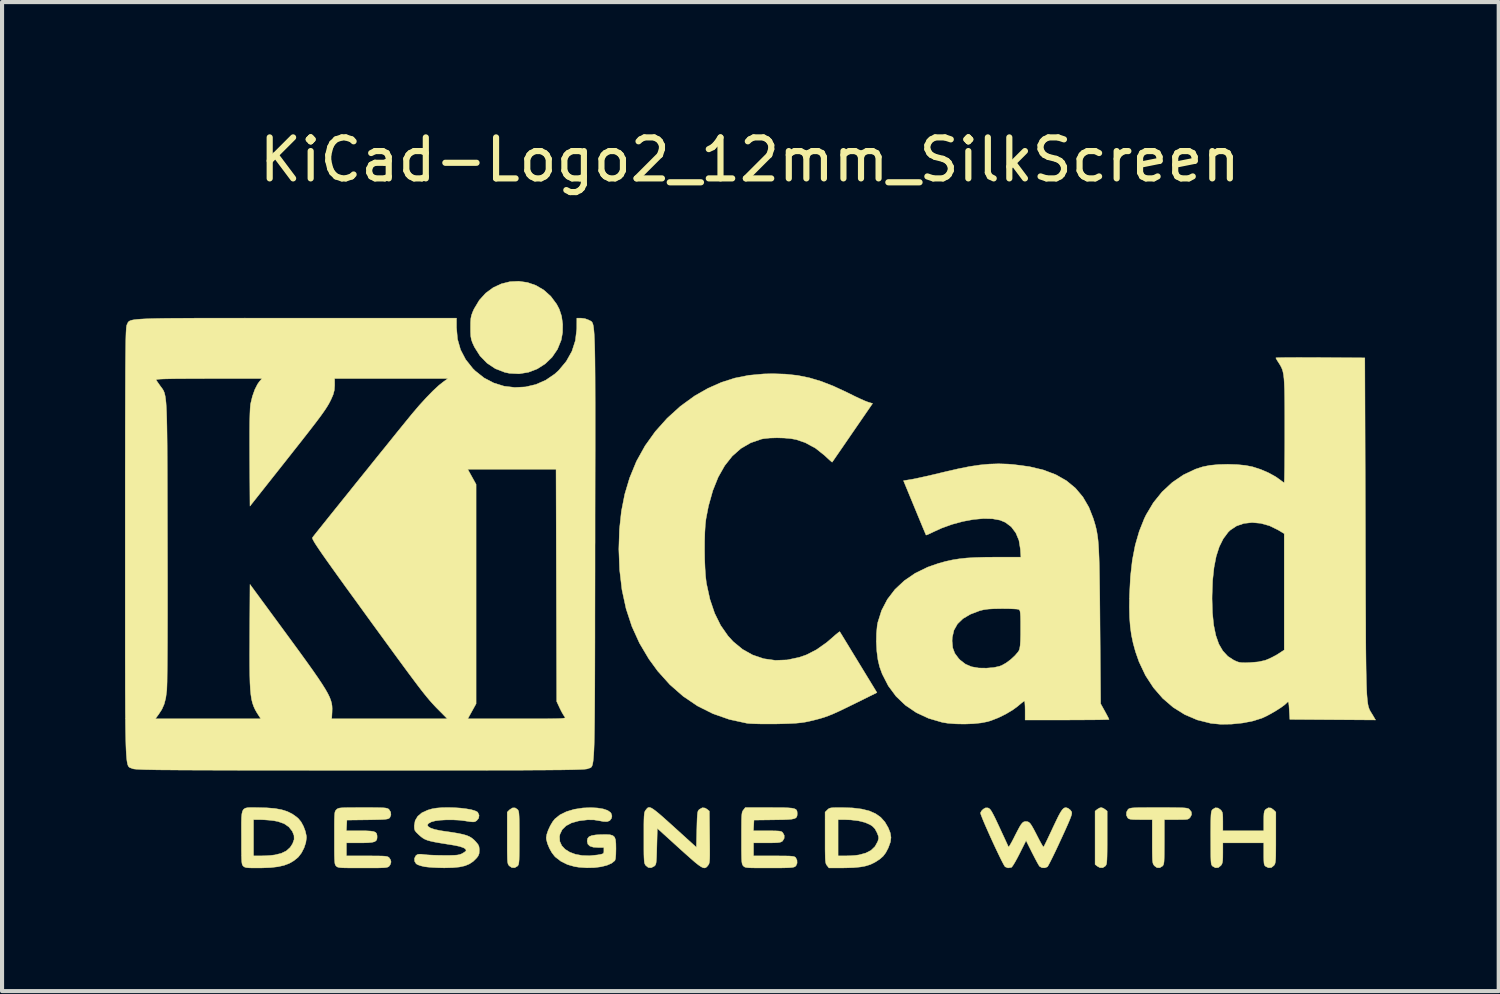
<source format=kicad_pcb>
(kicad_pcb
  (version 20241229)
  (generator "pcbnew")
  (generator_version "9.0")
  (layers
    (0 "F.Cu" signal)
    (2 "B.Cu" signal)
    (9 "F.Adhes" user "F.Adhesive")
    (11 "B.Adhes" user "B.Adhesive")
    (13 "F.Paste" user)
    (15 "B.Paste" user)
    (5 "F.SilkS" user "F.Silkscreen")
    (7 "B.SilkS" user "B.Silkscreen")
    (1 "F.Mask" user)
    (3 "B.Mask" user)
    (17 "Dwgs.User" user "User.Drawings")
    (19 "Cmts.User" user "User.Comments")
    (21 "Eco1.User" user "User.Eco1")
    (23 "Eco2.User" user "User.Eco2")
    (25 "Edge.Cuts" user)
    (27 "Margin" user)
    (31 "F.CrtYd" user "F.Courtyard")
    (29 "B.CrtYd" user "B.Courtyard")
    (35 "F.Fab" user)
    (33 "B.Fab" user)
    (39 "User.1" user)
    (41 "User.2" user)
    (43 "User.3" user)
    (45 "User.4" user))
  (footprint "KiCad-Logo2_12mm_SilkScreen"
    (layer "F.Cu")
    (at 15.245 9.738)
    (property "Reference" "KiCad-Logo2_12mm_SilkScreen" (at 0 -8.89 0) (layer "F.SilkS") (effects (font (size 1 1) (thickness 0.15))))
    (attr exclude_from_pos_files exclude_from_bom allow_missing_courtyard)
    (fp_poly (pts (xy 8.62 6.931) (xy 8.667 6.96) (xy 8.721 7.004) (xy 8.721 7.65) (xy 8.721 7.839) (xy 8.72 7.988) (xy 8.718 8.102) (xy 8.715 8.186) (xy 8.711 8.246) (xy 8.705 8.288) (xy 8.696 8.315) (xy 8.685 8.334) (xy 8.678 8.343) (xy 8.614 8.385) (xy 8.543 8.383) (xy 8.48 8.348) (xy 8.426 8.305) (xy 8.426 7.004) (xy 8.48 6.96) (xy 8.531 6.929) (xy 8.573 6.917) (xy 8.62 6.931)) (stroke (width 0.01) (type solid)) (fill yes) (layer "F.SilkS"))
    (fp_poly (pts (xy -5.669 6.962) (xy -5.656 6.978) (xy -5.645 6.997) (xy -5.637 7.027) (xy -5.632 7.071) (xy -5.628 7.135) (xy -5.625 7.225) (xy -5.624 7.346) (xy -5.623 7.502) (xy -5.623 7.654) (xy -5.624 7.843) (xy -5.624 7.991) (xy -5.626 8.105) (xy -5.628 8.189) (xy -5.633 8.248) (xy -5.639 8.289) (xy -5.647 8.316) (xy -5.658 8.334) (xy -5.669 8.346) (xy -5.735 8.385) (xy -5.806 8.382) (xy -5.869 8.339) (xy -5.883 8.322) (xy -5.895 8.302) (xy -5.903 8.275) (xy -5.91 8.234) (xy -5.914 8.174) (xy -5.916 8.089) (xy -5.918 7.975) (xy -5.918 7.826) (xy -5.918 7.657) (xy -5.918 7.028) (xy -5.863 6.973) (xy -5.794 6.926) (xy -5.727 6.924) (xy -5.669 6.962)) (stroke (width 0.01) (type solid)) (fill yes) (layer "F.SilkS"))
    (fp_poly (pts (xy -5.423 -5.895) (xy -5.218 -5.824) (xy -5.027 -5.712) (xy -4.856 -5.559) (xy -4.712 -5.366) (xy -4.648 -5.244) (xy -4.592 -5.073) (xy -4.565 -4.876) (xy -4.568 -4.674) (xy -4.601 -4.49) (xy -4.692 -4.266) (xy -4.824 -4.072) (xy -4.991 -3.911) (xy -5.185 -3.787) (xy -5.399 -3.705) (xy -5.628 -3.667) (xy -5.865 -3.679) (xy -5.981 -3.704) (xy -6.208 -3.792) (xy -6.41 -3.927) (xy -6.582 -4.104) (xy -6.718 -4.319) (xy -6.729 -4.343) (xy -6.769 -4.431) (xy -6.794 -4.505) (xy -6.808 -4.583) (xy -6.813 -4.684) (xy -6.814 -4.793) (xy -6.813 -4.925) (xy -6.806 -5.019) (xy -6.79 -5.096) (xy -6.762 -5.173) (xy -6.728 -5.249) (xy -6.599 -5.464) (xy -6.441 -5.638) (xy -6.259 -5.771) (xy -6.06 -5.863) (xy -5.85 -5.915) (xy -5.636 -5.925) (xy -5.423 -5.895)) (stroke (width 0.01) (type solid)) (fill yes) (layer "F.SilkS"))
    (fp_poly (pts (xy 10.175 6.917) (xy 10.334 6.918) (xy 10.456 6.92) (xy 10.549 6.922) (xy 10.616 6.926) (xy 10.662 6.932) (xy 10.693 6.94) (xy 10.713 6.949) (xy 10.723 6.957) (xy 10.775 7.022) (xy 10.781 7.09) (xy 10.749 7.152) (xy 10.728 7.176) (xy 10.706 7.193) (xy 10.674 7.204) (xy 10.623 7.209) (xy 10.545 7.211) (xy 10.431 7.212) (xy 10.409 7.212) (xy 10.116 7.212) (xy 10.116 7.756) (xy 10.115 7.928) (xy 10.114 8.06) (xy 10.112 8.158) (xy 10.109 8.228) (xy 10.103 8.277) (xy 10.095 8.308) (xy 10.084 8.33) (xy 10.07 8.346) (xy 10.004 8.386) (xy 9.935 8.383) (xy 9.872 8.337) (xy 9.868 8.331) (xy 9.853 8.31) (xy 9.841 8.285) (xy 9.833 8.251) (xy 9.827 8.2) (xy 9.824 8.128) (xy 9.822 8.028) (xy 9.821 7.894) (xy 9.821 7.742) (xy 9.821 7.212) (xy 9.541 7.212) (xy 9.421 7.211) (xy 9.337 7.208) (xy 9.283 7.201) (xy 9.249 7.19) (xy 9.226 7.173) (xy 9.223 7.17) (xy 9.19 7.104) (xy 9.193 7.028) (xy 9.231 6.962) (xy 9.246 6.95) (xy 9.265 6.94) (xy 9.293 6.932) (xy 9.335 6.926) (xy 9.397 6.922) (xy 9.483 6.919) (xy 9.598 6.918) (xy 9.748 6.917) (xy 9.937 6.917) (xy 9.977 6.917) (xy 10.175 6.917)) (stroke (width 0.01) (type solid)) (fill yes) (layer "F.SilkS"))
    (fp_poly (pts (xy 12.718 6.928) (xy 12.781 6.973) (xy 12.837 7.028) (xy 12.837 7.65) (xy 12.837 7.835) (xy 12.836 7.979) (xy 12.835 8.09) (xy 12.832 8.171) (xy 12.827 8.229) (xy 12.82 8.27) (xy 12.811 8.298) (xy 12.799 8.319) (xy 12.79 8.331) (xy 12.728 8.381) (xy 12.657 8.386) (xy 12.593 8.356) (xy 12.571 8.338) (xy 12.557 8.314) (xy 12.548 8.276) (xy 12.544 8.215) (xy 12.542 8.122) (xy 12.542 8.05) (xy 12.542 7.779) (xy 11.544 7.779) (xy 11.544 8.025) (xy 11.543 8.138) (xy 11.539 8.215) (xy 11.53 8.268) (xy 11.515 8.305) (xy 11.497 8.331) (xy 11.435 8.381) (xy 11.365 8.387) (xy 11.298 8.352) (xy 11.279 8.333) (xy 11.266 8.309) (xy 11.258 8.271) (xy 11.253 8.212) (xy 11.25 8.124) (xy 11.249 8) (xy 11.249 7.972) (xy 11.248 7.738) (xy 11.247 7.545) (xy 11.248 7.389) (xy 11.249 7.266) (xy 11.251 7.171) (xy 11.254 7.101) (xy 11.259 7.05) (xy 11.265 7.015) (xy 11.273 6.991) (xy 11.284 6.975) (xy 11.295 6.962) (xy 11.359 6.923) (xy 11.426 6.928) (xy 11.489 6.973) (xy 11.514 7.002) (xy 11.53 7.033) (xy 11.539 7.079) (xy 11.543 7.148) (xy 11.544 7.252) (xy 11.544 7.256) (xy 11.544 7.484) (xy 12.542 7.484) (xy 12.542 7.246) (xy 12.543 7.136) (xy 12.547 7.062) (xy 12.556 7.014) (xy 12.571 6.982) (xy 12.588 6.962) (xy 12.652 6.923) (xy 12.718 6.928)) (stroke (width 0.01) (type solid)) (fill yes) (layer "F.SilkS"))
    (fp_poly (pts (xy 2.251 6.918) (xy 2.51 6.926) (xy 2.73 6.953) (xy 2.916 6.999) (xy 3.069 7.066) (xy 3.195 7.155) (xy 3.297 7.269) (xy 3.378 7.408) (xy 3.38 7.412) (xy 3.429 7.537) (xy 3.446 7.647) (xy 3.432 7.758) (xy 3.386 7.885) (xy 3.378 7.905) (xy 3.319 8.018) (xy 3.253 8.105) (xy 3.168 8.179) (xy 3.052 8.253) (xy 3.045 8.257) (xy 2.944 8.306) (xy 2.83 8.342) (xy 2.695 8.367) (xy 2.532 8.383) (xy 2.335 8.389) (xy 2.265 8.39) (xy 1.932 8.391) (xy 1.885 8.331) (xy 1.871 8.312) (xy 1.86 8.289) (xy 1.852 8.257) (xy 1.846 8.211) (xy 1.842 8.145) (xy 1.841 8.096) (xy 2.155 8.096) (xy 2.344 8.096) (xy 2.454 8.093) (xy 2.568 8.085) (xy 2.661 8.073) (xy 2.666 8.072) (xy 2.831 8.027) (xy 2.959 7.961) (xy 3.055 7.869) (xy 3.121 7.749) (xy 3.132 7.717) (xy 3.144 7.667) (xy 3.139 7.618) (xy 3.115 7.553) (xy 3.101 7.521) (xy 3.054 7.435) (xy 2.997 7.375) (xy 2.935 7.334) (xy 2.811 7.28) (xy 2.651 7.24) (xy 2.466 7.218) (xy 2.331 7.213) (xy 2.155 7.212) (xy 2.155 8.096) (xy 1.841 8.096) (xy 1.84 8.054) (xy 1.838 7.932) (xy 1.838 7.774) (xy 1.838 7.65) (xy 1.838 7.028) (xy 1.894 6.973) (xy 1.918 6.95) (xy 1.945 6.935) (xy 1.982 6.925) (xy 2.039 6.92) (xy 2.123 6.918) (xy 2.244 6.918) (xy 2.251 6.918)) (stroke (width 0.01) (type solid)) (fill yes) (layer "F.SilkS"))
    (fp_poly (pts (xy -12.092 6.917) (xy -12.013 6.918) (xy -11.781 6.924) (xy -11.586 6.94) (xy -11.422 6.97) (xy -11.283 7.014) (xy -11.162 7.074) (xy -11.052 7.153) (xy -11.013 7.187) (xy -10.948 7.267) (xy -10.889 7.376) (xy -10.844 7.496) (xy -10.819 7.612) (xy -10.817 7.654) (xy -10.833 7.772) (xy -10.876 7.901) (xy -10.939 8.024) (xy -11.013 8.121) (xy -11.025 8.133) (xy -11.126 8.215) (xy -11.238 8.28) (xy -11.366 8.328) (xy -11.516 8.361) (xy -11.695 8.382) (xy -11.91 8.39) (xy -12.008 8.391) (xy -12.133 8.391) (xy -12.221 8.388) (xy -12.28 8.383) (xy -12.319 8.373) (xy -12.345 8.358) (xy -12.359 8.346) (xy -12.372 8.331) (xy -12.383 8.311) (xy -12.39 8.282) (xy -12.396 8.238) (xy -12.4 8.173) (xy -12.402 8.083) (xy -12.404 7.963) (xy -12.404 7.806) (xy -12.404 7.654) (xy -12.405 7.451) (xy -12.405 7.289) (xy -12.403 7.212) (xy -12.109 7.212) (xy -12.109 8.096) (xy -11.922 8.096) (xy -11.81 8.093) (xy -11.692 8.085) (xy -11.593 8.073) (xy -11.59 8.073) (xy -11.431 8.034) (xy -11.308 7.974) (xy -11.214 7.889) (xy -11.155 7.797) (xy -11.118 7.694) (xy -11.121 7.598) (xy -11.163 7.495) (xy -11.247 7.389) (xy -11.362 7.31) (xy -11.513 7.257) (xy -11.613 7.238) (xy -11.727 7.225) (xy -11.848 7.216) (xy -11.95 7.212) (xy -11.956 7.212) (xy -12.109 7.212) (xy -12.403 7.212) (xy -12.402 7.164) (xy -12.393 7.07) (xy -12.377 7.003) (xy -12.35 6.959) (xy -12.311 6.933) (xy -12.256 6.92) (xy -12.184 6.916) (xy -12.092 6.917)) (stroke (width 0.01) (type solid)) (fill yes) (layer "F.SilkS"))
    (fp_poly (pts (xy -2.407 6.926) (xy -2.359 6.954) (xy -2.298 6.999) (xy -2.218 7.064) (xy -2.117 7.151) (xy -1.992 7.263) (xy -1.84 7.4) (xy -1.666 7.558) (xy -1.303 7.887) (xy -1.292 7.445) (xy -1.288 7.293) (xy -1.284 7.18) (xy -1.279 7.099) (xy -1.273 7.044) (xy -1.264 7.008) (xy -1.252 6.985) (xy -1.236 6.968) (xy -1.227 6.96) (xy -1.158 6.922) (xy -1.092 6.928) (xy -1.039 6.96) (xy -0.986 7.004) (xy -0.979 7.636) (xy -0.977 7.823) (xy -0.976 7.969) (xy -0.976 8.08) (xy -0.978 8.163) (xy -0.982 8.222) (xy -0.988 8.263) (xy -0.996 8.292) (xy -1.008 8.313) (xy -1.02 8.33) (xy -1.047 8.362) (xy -1.074 8.383) (xy -1.105 8.391) (xy -1.143 8.384) (xy -1.192 8.359) (xy -1.256 8.315) (xy -1.339 8.249) (xy -1.443 8.158) (xy -1.574 8.042) (xy -1.723 7.908) (xy -2.256 7.424) (xy -2.267 7.864) (xy -2.271 8.016) (xy -2.275 8.129) (xy -2.28 8.21) (xy -2.286 8.265) (xy -2.295 8.301) (xy -2.307 8.324) (xy -2.323 8.341) (xy -2.332 8.348) (xy -2.406 8.386) (xy -2.476 8.38) (xy -2.537 8.331) (xy -2.551 8.312) (xy -2.562 8.289) (xy -2.571 8.257) (xy -2.576 8.211) (xy -2.58 8.145) (xy -2.583 8.053) (xy -2.584 7.931) (xy -2.584 7.772) (xy -2.584 7.654) (xy -2.584 7.47) (xy -2.584 7.326) (xy -2.582 7.216) (xy -2.579 7.135) (xy -2.574 7.078) (xy -2.568 7.038) (xy -2.558 7.01) (xy -2.546 6.989) (xy -2.537 6.977) (xy -2.515 6.949) (xy -2.494 6.927) (xy -2.471 6.915) (xy -2.443 6.914) (xy -2.407 6.926)) (stroke (width 0.01) (type solid)) (fill yes) (layer "F.SilkS"))
    (fp_poly (pts (xy -3.713 6.928) (xy -3.575 6.951) (xy -3.469 6.987) (xy -3.4 7.035) (xy -3.382 7.061) (xy -3.363 7.124) (xy -3.375 7.181) (xy -3.416 7.235) (xy -3.479 7.26) (xy -3.57 7.258) (xy -3.641 7.244) (xy -3.798 7.218) (xy -3.958 7.216) (xy -4.137 7.237) (xy -4.187 7.246) (xy -4.354 7.293) (xy -4.484 7.363) (xy -4.577 7.455) (xy -4.631 7.567) (xy -4.642 7.625) (xy -4.635 7.743) (xy -4.588 7.847) (xy -4.506 7.935) (xy -4.392 8.006) (xy -4.252 8.058) (xy -4.09 8.087) (xy -3.909 8.093) (xy -3.714 8.073) (xy -3.703 8.071) (xy -3.626 8.057) (xy -3.583 8.043) (xy -3.564 8.022) (xy -3.56 7.988) (xy -3.56 7.969) (xy -3.56 7.892) (xy -3.697 7.892) (xy -3.819 7.884) (xy -3.902 7.857) (xy -3.95 7.81) (xy -3.967 7.741) (xy -3.967 7.731) (xy -3.957 7.672) (xy -3.922 7.629) (xy -3.857 7.601) (xy -3.756 7.584) (xy -3.658 7.578) (xy -3.516 7.575) (xy -3.413 7.58) (xy -3.343 7.6) (xy -3.299 7.639) (xy -3.276 7.703) (xy -3.267 7.799) (xy -3.265 7.924) (xy -3.268 8.063) (xy -3.276 8.158) (xy -3.29 8.209) (xy -3.293 8.213) (xy -3.371 8.276) (xy -3.486 8.326) (xy -3.63 8.362) (xy -3.795 8.383) (xy -3.976 8.387) (xy -4.164 8.374) (xy -4.274 8.357) (xy -4.447 8.308) (xy -4.608 8.228) (xy -4.743 8.124) (xy -4.763 8.103) (xy -4.83 8.016) (xy -4.89 7.908) (xy -4.937 7.794) (xy -4.963 7.691) (xy -4.966 7.651) (xy -4.952 7.569) (xy -4.917 7.466) (xy -4.866 7.358) (xy -4.807 7.259) (xy -4.754 7.193) (xy -4.632 7.095) (xy -4.474 7.017) (xy -4.285 6.96) (xy -4.072 6.927) (xy -3.877 6.919) (xy -3.713 6.928)) (stroke (width 0.01) (type solid)) (fill yes) (layer "F.SilkS"))
    (fp_poly (pts (xy 0.668 6.918) (xy 0.821 6.919) (xy 0.939 6.924) (xy 1.025 6.931) (xy 1.085 6.944) (xy 1.124 6.961) (xy 1.146 6.986) (xy 1.155 7.017) (xy 1.158 7.058) (xy 1.158 7.062) (xy 1.156 7.108) (xy 1.146 7.143) (xy 1.124 7.169) (xy 1.084 7.188) (xy 1.02 7.201) (xy 0.929 7.209) (xy 0.804 7.214) (xy 0.64 7.216) (xy 0.589 7.217) (xy 0.103 7.223) (xy 0.096 7.354) (xy 0.089 7.484) (xy 0.427 7.484) (xy 0.559 7.485) (xy 0.653 7.487) (xy 0.717 7.491) (xy 0.759 7.499) (xy 0.786 7.511) (xy 0.805 7.529) (xy 0.805 7.529) (xy 0.841 7.596) (xy 0.839 7.669) (xy 0.802 7.731) (xy 0.795 7.738) (xy 0.769 7.754) (xy 0.733 7.766) (xy 0.68 7.773) (xy 0.602 7.777) (xy 0.49 7.779) (xy 0.418 7.779) (xy 0.092 7.779) (xy 0.092 8.096) (xy 0.587 8.096) (xy 0.751 8.097) (xy 0.875 8.098) (xy 0.966 8.1) (xy 1.029 8.105) (xy 1.071 8.111) (xy 1.098 8.121) (xy 1.116 8.133) (xy 1.12 8.138) (xy 1.152 8.201) (xy 1.155 8.273) (xy 1.128 8.336) (xy 1.107 8.356) (xy 1.085 8.367) (xy 1.051 8.376) (xy 1 8.382) (xy 0.926 8.386) (xy 0.823 8.389) (xy 0.687 8.391) (xy 0.513 8.391) (xy 0.473 8.391) (xy 0.295 8.391) (xy 0.157 8.39) (xy 0.053 8.389) (xy -0.022 8.386) (xy -0.074 8.381) (xy -0.109 8.374) (xy -0.131 8.364) (xy -0.148 8.351) (xy -0.157 8.342) (xy -0.171 8.325) (xy -0.181 8.304) (xy -0.189 8.275) (xy -0.195 8.23) (xy -0.199 8.165) (xy -0.201 8.075) (xy -0.203 7.954) (xy -0.203 7.797) (xy -0.203 7.664) (xy -0.203 7.479) (xy -0.202 7.333) (xy -0.201 7.222) (xy -0.198 7.14) (xy -0.193 7.081) (xy -0.187 7.04) (xy -0.178 7.012) (xy -0.166 6.99) (xy -0.156 6.977) (xy -0.109 6.917) (xy 0.474 6.917) (xy 0.668 6.918)) (stroke (width 0.01) (type solid)) (fill yes) (layer "F.SilkS"))
    (fp_poly (pts (xy -9.263 6.917) (xy -9.123 6.918) (xy -9.018 6.92) (xy -8.941 6.923) (xy -8.888 6.928) (xy -8.852 6.935) (xy -8.827 6.945) (xy -8.809 6.957) (xy -8.803 6.963) (xy -8.763 7.026) (xy -8.756 7.097) (xy -8.782 7.161) (xy -8.794 7.174) (xy -8.814 7.186) (xy -8.845 7.196) (xy -8.894 7.203) (xy -8.967 7.209) (xy -9.069 7.212) (xy -9.207 7.215) (xy -9.333 7.217) (xy -9.83 7.223) (xy -9.837 7.354) (xy -9.844 7.484) (xy -9.506 7.484) (xy -9.359 7.485) (xy -9.252 7.491) (xy -9.178 7.502) (xy -9.131 7.522) (xy -9.105 7.553) (xy -9.095 7.597) (xy -9.093 7.638) (xy -9.098 7.688) (xy -9.117 7.724) (xy -9.155 7.75) (xy -9.219 7.766) (xy -9.314 7.775) (xy -9.446 7.779) (xy -9.518 7.779) (xy -9.842 7.779) (xy -9.842 8.096) (xy -9.343 8.096) (xy -9.179 8.097) (xy -9.055 8.098) (xy -8.964 8.1) (xy -8.9 8.104) (xy -8.856 8.111) (xy -8.828 8.12) (xy -8.808 8.133) (xy -8.798 8.142) (xy -8.764 8.196) (xy -8.753 8.244) (xy -8.769 8.302) (xy -8.798 8.346) (xy -8.814 8.36) (xy -8.835 8.37) (xy -8.865 8.378) (xy -8.911 8.384) (xy -8.978 8.387) (xy -9.072 8.39) (xy -9.197 8.391) (xy -9.36 8.391) (xy -9.445 8.391) (xy -9.626 8.391) (xy -9.767 8.39) (xy -9.874 8.389) (xy -9.952 8.386) (xy -10.007 8.381) (xy -10.043 8.374) (xy -10.067 8.365) (xy -10.084 8.352) (xy -10.091 8.346) (xy -10.104 8.331) (xy -10.115 8.311) (xy -10.123 8.282) (xy -10.128 8.237) (xy -10.132 8.173) (xy -10.135 8.082) (xy -10.136 7.961) (xy -10.136 7.804) (xy -10.136 7.658) (xy -10.136 7.471) (xy -10.136 7.324) (xy -10.135 7.211) (xy -10.132 7.128) (xy -10.128 7.069) (xy -10.122 7.029) (xy -10.113 7.003) (xy -10.102 6.985) (xy -10.088 6.97) (xy -10.084 6.966) (xy -10.067 6.951) (xy -10.046 6.94) (xy -10.018 6.931) (xy -9.975 6.925) (xy -9.913 6.921) (xy -9.825 6.919) (xy -9.707 6.918) (xy -9.552 6.917) (xy -9.442 6.917) (xy -9.263 6.917)) (stroke (width 0.01) (type solid)) (fill yes) (layer "F.SilkS"))
    (fp_poly (pts (xy 7.728 6.921) (xy 7.767 6.935) (xy 7.769 6.936) (xy 7.822 6.977) (xy 7.852 7.019) (xy 7.857 7.038) (xy 7.857 7.064) (xy 7.849 7.102) (xy 7.831 7.155) (xy 7.802 7.228) (xy 7.76 7.326) (xy 7.703 7.454) (xy 7.629 7.616) (xy 7.588 7.705) (xy 7.515 7.863) (xy 7.446 8.009) (xy 7.384 8.136) (xy 7.332 8.24) (xy 7.292 8.316) (xy 7.268 8.357) (xy 7.263 8.363) (xy 7.2 8.388) (xy 7.13 8.385) (xy 7.074 8.354) (xy 7.071 8.352) (xy 7.049 8.318) (xy 7.011 8.251) (xy 6.963 8.161) (xy 6.909 8.056) (xy 6.889 8.017) (xy 6.742 7.723) (xy 6.582 8.043) (xy 6.525 8.153) (xy 6.472 8.249) (xy 6.427 8.323) (xy 6.395 8.368) (xy 6.384 8.377) (xy 6.301 8.39) (xy 6.232 8.363) (xy 6.211 8.334) (xy 6.176 8.27) (xy 6.129 8.178) (xy 6.073 8.063) (xy 6.01 7.931) (xy 5.944 7.79) (xy 5.878 7.645) (xy 5.814 7.502) (xy 5.755 7.369) (xy 5.704 7.25) (xy 5.665 7.153) (xy 5.639 7.084) (xy 5.63 7.048) (xy 5.63 7.047) (xy 5.652 7.002) (xy 5.696 6.957) (xy 5.699 6.955) (xy 5.753 6.924) (xy 5.804 6.924) (xy 5.823 6.93) (xy 5.846 6.943) (xy 5.87 6.967) (xy 5.899 7.009) (xy 5.935 7.074) (xy 5.982 7.165) (xy 6.041 7.29) (xy 6.095 7.405) (xy 6.156 7.538) (xy 6.212 7.658) (xy 6.258 7.758) (xy 6.292 7.832) (xy 6.311 7.874) (xy 6.313 7.881) (xy 6.326 7.87) (xy 6.354 7.825) (xy 6.395 7.753) (xy 6.444 7.659) (xy 6.463 7.62) (xy 6.53 7.49) (xy 6.581 7.394) (xy 6.621 7.329) (xy 6.654 7.289) (xy 6.685 7.267) (xy 6.717 7.258) (xy 6.738 7.257) (xy 6.776 7.261) (xy 6.808 7.274) (xy 6.841 7.304) (xy 6.877 7.355) (xy 6.922 7.433) (xy 6.981 7.545) (xy 7.013 7.608) (xy 7.065 7.709) (xy 7.11 7.792) (xy 7.145 7.852) (xy 7.165 7.88) (xy 7.168 7.881) (xy 7.181 7.859) (xy 7.21 7.801) (xy 7.252 7.715) (xy 7.304 7.605) (xy 7.364 7.478) (xy 7.393 7.415) (xy 7.47 7.253) (xy 7.531 7.127) (xy 7.581 7.036) (xy 7.623 6.973) (xy 7.659 6.936) (xy 7.693 6.92) (xy 7.728 6.921)) (stroke (width 0.01) (type solid)) (fill yes) (layer "F.SilkS"))
    (fp_poly (pts (xy -7.211 6.92) (xy -7.061 6.93) (xy -6.921 6.947) (xy -6.8 6.968) (xy -6.706 6.995) (xy -6.646 7.025) (xy -6.637 7.034) (xy -6.605 7.104) (xy -6.615 7.175) (xy -6.664 7.236) (xy -6.667 7.238) (xy -6.696 7.256) (xy -6.726 7.266) (xy -6.768 7.267) (xy -6.833 7.26) (xy -6.931 7.245) (xy -6.939 7.243) (xy -7.085 7.225) (xy -7.243 7.217) (xy -7.401 7.217) (xy -7.548 7.225) (xy -7.674 7.241) (xy -7.767 7.266) (xy -7.773 7.268) (xy -7.841 7.306) (xy -7.865 7.344) (xy -7.846 7.382) (xy -7.787 7.418) (xy -7.688 7.451) (xy -7.551 7.48) (xy -7.46 7.494) (xy -7.271 7.521) (xy -7.121 7.546) (xy -7.002 7.571) (xy -6.91 7.597) (xy -6.837 7.628) (xy -6.778 7.665) (xy -6.725 7.71) (xy -6.682 7.755) (xy -6.631 7.817) (xy -6.607 7.87) (xy -6.599 7.936) (xy -6.599 7.96) (xy -6.604 8.039) (xy -6.628 8.099) (xy -6.668 8.151) (xy -6.75 8.232) (xy -6.842 8.293) (xy -6.95 8.338) (xy -7.081 8.367) (xy -7.242 8.383) (xy -7.439 8.388) (xy -7.472 8.388) (xy -7.603 8.385) (xy -7.734 8.379) (xy -7.849 8.37) (xy -7.935 8.36) (xy -7.942 8.358) (xy -8.027 8.338) (xy -8.099 8.313) (xy -8.14 8.289) (xy -8.178 8.228) (xy -8.181 8.156) (xy -8.148 8.092) (xy -8.141 8.085) (xy -8.111 8.064) (xy -8.073 8.055) (xy -8.014 8.056) (xy -7.942 8.064) (xy -7.863 8.072) (xy -7.751 8.078) (xy -7.621 8.082) (xy -7.485 8.084) (xy -7.449 8.085) (xy -7.313 8.084) (xy -7.213 8.081) (xy -7.141 8.076) (xy -7.088 8.066) (xy -7.045 8.052) (xy -7.019 8.04) (xy -6.963 8.006) (xy -6.927 7.976) (xy -6.922 7.967) (xy -6.933 7.932) (xy -6.985 7.898) (xy -7.076 7.866) (xy -7.202 7.839) (xy -7.238 7.833) (xy -7.431 7.802) (xy -7.585 7.777) (xy -7.706 7.755) (xy -7.799 7.734) (xy -7.872 7.713) (xy -7.93 7.689) (xy -7.978 7.661) (xy -8.023 7.627) (xy -8.071 7.585) (xy -8.087 7.57) (xy -8.143 7.515) (xy -8.173 7.472) (xy -8.184 7.422) (xy -8.186 7.359) (xy -8.165 7.236) (xy -8.103 7.131) (xy -8.001 7.045) (xy -7.857 6.979) (xy -7.755 6.949) (xy -7.644 6.93) (xy -7.511 6.919) (xy -7.364 6.916) (xy -7.211 6.92)) (stroke (width 0.01) (type solid)) (fill yes) (layer "F.SilkS"))
    (fp_poly (pts (xy 0.875 -3.659) (xy 1.17 -3.627) (xy 1.455 -3.569) (xy 1.743 -3.483) (xy 2.045 -3.365) (xy 2.372 -3.213) (xy 2.431 -3.184) (xy 2.566 -3.117) (xy 2.694 -3.057) (xy 2.801 -3.009) (xy 2.876 -2.98) (xy 2.887 -2.976) (xy 2.997 -2.943) (xy 2.506 -2.23) (xy 2.386 -2.055) (xy 2.277 -1.896) (xy 2.181 -1.757) (xy 2.103 -1.644) (xy 2.047 -1.562) (xy 2.015 -1.517) (xy 2.01 -1.51) (xy 1.99 -1.525) (xy 1.939 -1.57) (xy 1.867 -1.636) (xy 1.827 -1.674) (xy 1.603 -1.852) (xy 1.351 -1.988) (xy 1.133 -2.062) (xy 1.003 -2.086) (xy 0.84 -2.1) (xy 0.663 -2.105) (xy 0.491 -2.1) (xy 0.345 -2.085) (xy 0.286 -2.074) (xy 0.022 -1.983) (xy -0.216 -1.845) (xy -0.427 -1.659) (xy -0.612 -1.425) (xy -0.771 -1.144) (xy -0.902 -0.817) (xy -1.007 -0.443) (xy -1.069 -0.123) (xy -1.085 0.018) (xy -1.096 0.201) (xy -1.102 0.412) (xy -1.103 0.637) (xy -1.1 0.865) (xy -1.091 1.081) (xy -1.078 1.273) (xy -1.06 1.428) (xy -1.056 1.452) (xy -0.972 1.836) (xy -0.857 2.176) (xy -0.71 2.473) (xy -0.531 2.729) (xy -0.404 2.868) (xy -0.176 3.056) (xy 0.073 3.195) (xy 0.341 3.285) (xy 0.623 3.325) (xy 0.913 3.314) (xy 1.209 3.251) (xy 1.384 3.19) (xy 1.626 3.066) (xy 1.876 2.89) (xy 2.016 2.77) (xy 2.094 2.701) (xy 2.156 2.651) (xy 2.191 2.626) (xy 2.195 2.625) (xy 2.211 2.65) (xy 2.252 2.716) (xy 2.314 2.818) (xy 2.394 2.949) (xy 2.488 3.104) (xy 2.594 3.277) (xy 2.653 3.374) (xy 3.103 4.112) (xy 2.541 4.39) (xy 2.338 4.489) (xy 2.174 4.568) (xy 2.038 4.629) (xy 1.921 4.677) (xy 1.812 4.716) (xy 1.701 4.749) (xy 1.579 4.781) (xy 1.461 4.809) (xy 1.357 4.831) (xy 1.248 4.847) (xy 1.123 4.859) (xy 0.972 4.867) (xy 0.783 4.873) (xy 0.655 4.876) (xy 0.474 4.877) (xy 0.3 4.877) (xy 0.144 4.873) (xy 0.02 4.868) (xy -0.063 4.861) (xy -0.068 4.86) (xy -0.497 4.767) (xy -0.9 4.626) (xy -1.276 4.438) (xy -1.626 4.201) (xy -1.95 3.917) (xy -2.247 3.586) (xy -2.462 3.291) (xy -2.691 2.905) (xy -2.876 2.498) (xy -3.018 2.066) (xy -3.118 1.605) (xy -3.176 1.113) (xy -3.195 0.614) (xy -3.18 0.131) (xy -3.132 -0.315) (xy -3.05 -0.731) (xy -2.932 -1.125) (xy -2.777 -1.503) (xy -2.759 -1.543) (xy -2.555 -1.91) (xy -2.305 -2.259) (xy -2.015 -2.583) (xy -1.693 -2.875) (xy -1.346 -3.127) (xy -1.022 -3.312) (xy -0.695 -3.457) (xy -0.368 -3.562) (xy -0.027 -3.63) (xy 0.34 -3.664) (xy 0.56 -3.669) (xy 0.875 -3.659)) (stroke (width 0.01) (type solid)) (fill yes) (layer "F.SilkS"))
    (fp_poly (pts (xy 13.611 -4.064) (xy 13.843 -4.063) (xy 13.922 -4.063) (xy 15.008 -4.056) (xy 15.022 0.109) (xy 15.023 0.674) (xy 15.025 1.187) (xy 15.026 1.65) (xy 15.028 2.067) (xy 15.03 2.44) (xy 15.031 2.772) (xy 15.033 3.064) (xy 15.036 3.321) (xy 15.039 3.544) (xy 15.043 3.737) (xy 15.047 3.901) (xy 15.052 4.04) (xy 15.058 4.157) (xy 15.066 4.253) (xy 15.074 4.331) (xy 15.083 4.395) (xy 15.094 4.447) (xy 15.107 4.489) (xy 15.12 4.524) (xy 15.136 4.555) (xy 15.153 4.585) (xy 15.172 4.615) (xy 15.193 4.649) (xy 15.198 4.657) (xy 15.27 4.78) (xy 14.224 4.773) (xy 13.178 4.766) (xy 13.164 4.536) (xy 13.157 4.426) (xy 13.149 4.362) (xy 13.139 4.337) (xy 13.123 4.342) (xy 13.11 4.356) (xy 13.052 4.41) (xy 12.959 4.478) (xy 12.842 4.553) (xy 12.715 4.627) (xy 12.592 4.692) (xy 12.498 4.735) (xy 12.276 4.805) (xy 12.022 4.854) (xy 11.754 4.881) (xy 11.491 4.885) (xy 11.252 4.862) (xy 11.248 4.861) (xy 10.92 4.779) (xy 10.614 4.648) (xy 10.331 4.471) (xy 10.075 4.251) (xy 9.849 3.99) (xy 9.655 3.692) (xy 9.498 3.36) (xy 9.412 3.114) (xy 9.355 2.907) (xy 9.313 2.708) (xy 9.285 2.503) (xy 9.268 2.28) (xy 9.262 2.027) (xy 9.265 1.821) (xy 11.28 1.821) (xy 11.29 2.167) (xy 11.32 2.464) (xy 11.372 2.717) (xy 11.445 2.926) (xy 11.543 3.094) (xy 11.664 3.225) (xy 11.805 3.317) (xy 11.878 3.352) (xy 11.941 3.373) (xy 12.011 3.382) (xy 12.106 3.383) (xy 12.208 3.379) (xy 12.409 3.362) (xy 12.568 3.327) (xy 12.618 3.309) (xy 12.732 3.258) (xy 12.852 3.194) (xy 12.905 3.161) (xy 13.041 3.072) (xy 13.041 0.233) (xy 12.891 0.143) (xy 12.682 0.041) (xy 12.468 -0.019) (xy 12.257 -0.038) (xy 12.057 -0.016) (xy 11.877 0.046) (xy 11.723 0.149) (xy 11.673 0.198) (xy 11.553 0.359) (xy 11.456 0.554) (xy 11.381 0.787) (xy 11.328 1.06) (xy 11.294 1.377) (xy 11.281 1.742) (xy 11.28 1.821) (xy 9.265 1.821) (xy 9.266 1.735) (xy 9.289 1.285) (xy 9.335 0.88) (xy 9.406 0.512) (xy 9.503 0.177) (xy 9.626 -0.132) (xy 9.67 -0.223) (xy 9.848 -0.522) (xy 10.062 -0.787) (xy 10.308 -1.015) (xy 10.581 -1.201) (xy 10.877 -1.341) (xy 11.053 -1.398) (xy 11.227 -1.433) (xy 11.436 -1.453) (xy 11.663 -1.459) (xy 11.89 -1.452) (xy 12.1 -1.431) (xy 12.268 -1.398) (xy 12.469 -1.333) (xy 12.663 -1.249) (xy 12.833 -1.155) (xy 12.924 -1.091) (xy 12.986 -1.044) (xy 13.03 -1.015) (xy 13.04 -1.011) (xy 13.043 -1.037) (xy 13.046 -1.113) (xy 13.048 -1.232) (xy 13.051 -1.391) (xy 13.052 -1.582) (xy 13.054 -1.801) (xy 13.055 -2.043) (xy 13.055 -2.29) (xy 13.055 -2.606) (xy 13.054 -2.872) (xy 13.052 -3.093) (xy 13.049 -3.276) (xy 13.043 -3.424) (xy 13.036 -3.543) (xy 13.025 -3.638) (xy 13.011 -3.713) (xy 12.993 -3.775) (xy 12.97 -3.828) (xy 12.943 -3.878) (xy 12.911 -3.929) (xy 12.907 -3.935) (xy 12.865 -4.001) (xy 12.84 -4.046) (xy 12.837 -4.056) (xy 12.863 -4.059) (xy 12.938 -4.061) (xy 13.056 -4.063) (xy 13.212 -4.064) (xy 13.399 -4.065) (xy 13.611 -4.064)) (stroke (width 0.01) (type solid)) (fill yes) (layer "F.SilkS"))
    (fp_poly (pts (xy 6.301 -1.464) (xy 6.436 -1.453) (xy 6.823 -1.402) (xy 7.166 -1.32) (xy 7.467 -1.206) (xy 7.726 -1.059) (xy 7.946 -0.878) (xy 8.128 -0.662) (xy 8.275 -0.41) (xy 8.382 -0.137) (xy 8.409 -0.049) (xy 8.433 0.032) (xy 8.453 0.113) (xy 8.47 0.196) (xy 8.485 0.288) (xy 8.498 0.391) (xy 8.508 0.511) (xy 8.516 0.651) (xy 8.523 0.817) (xy 8.529 1.012) (xy 8.533 1.242) (xy 8.537 1.509) (xy 8.541 1.82) (xy 8.544 2.178) (xy 8.546 2.458) (xy 8.562 4.384) (xy 8.665 4.569) (xy 8.713 4.658) (xy 8.749 4.727) (xy 8.766 4.764) (xy 8.767 4.767) (xy 8.741 4.77) (xy 8.666 4.772) (xy 8.548 4.775) (xy 8.394 4.777) (xy 8.209 4.778) (xy 7.999 4.779) (xy 7.77 4.78) (xy 7.743 4.78) (xy 6.719 4.78) (xy 6.719 4.547) (xy 6.717 4.443) (xy 6.712 4.362) (xy 6.706 4.319) (xy 6.703 4.315) (xy 6.676 4.332) (xy 6.62 4.376) (xy 6.547 4.437) (xy 6.546 4.439) (xy 6.413 4.537) (xy 6.246 4.636) (xy 6.063 4.726) (xy 5.883 4.796) (xy 5.804 4.82) (xy 5.646 4.851) (xy 5.452 4.871) (xy 5.241 4.879) (xy 5.029 4.875) (xy 4.834 4.86) (xy 4.698 4.838) (xy 4.363 4.74) (xy 4.063 4.6) (xy 3.797 4.42) (xy 3.569 4.202) (xy 3.38 3.947) (xy 3.232 3.658) (xy 3.168 3.482) (xy 3.128 3.312) (xy 3.101 3.107) (xy 3.089 2.886) (xy 3.089 2.854) (xy 4.937 2.854) (xy 4.952 3.018) (xy 5.003 3.154) (xy 5.097 3.28) (xy 5.133 3.317) (xy 5.262 3.417) (xy 5.411 3.481) (xy 5.589 3.512) (xy 5.777 3.515) (xy 5.955 3.5) (xy 6.091 3.47) (xy 6.15 3.448) (xy 6.257 3.387) (xy 6.37 3.303) (xy 6.473 3.207) (xy 6.55 3.116) (xy 6.571 3.082) (xy 6.586 3.035) (xy 6.598 2.96) (xy 6.605 2.851) (xy 6.609 2.699) (xy 6.609 2.554) (xy 6.609 2.386) (xy 6.607 2.264) (xy 6.602 2.181) (xy 6.595 2.128) (xy 6.583 2.099) (xy 6.567 2.084) (xy 6.562 2.082) (xy 6.518 2.074) (xy 6.431 2.069) (xy 6.312 2.064) (xy 6.175 2.063) (xy 6.145 2.063) (xy 5.961 2.066) (xy 5.819 2.074) (xy 5.707 2.09) (xy 5.613 2.113) (xy 5.382 2.201) (xy 5.201 2.308) (xy 5.068 2.437) (xy 4.982 2.59) (xy 4.941 2.768) (xy 4.937 2.854) (xy 3.089 2.854) (xy 3.092 2.67) (xy 3.11 2.476) (xy 3.125 2.397) (xy 3.217 2.106) (xy 3.357 1.838) (xy 3.542 1.596) (xy 3.77 1.382) (xy 4.037 1.199) (xy 4.343 1.05) (xy 4.602 0.96) (xy 4.775 0.912) (xy 4.941 0.875) (xy 5.11 0.848) (xy 5.293 0.828) (xy 5.501 0.816) (xy 5.744 0.809) (xy 5.964 0.807) (xy 6.616 0.806) (xy 6.603 0.61) (xy 6.568 0.397) (xy 6.492 0.215) (xy 6.38 0.066) (xy 6.234 -0.043) (xy 6.106 -0.096) (xy 5.922 -0.13) (xy 5.703 -0.135) (xy 5.46 -0.113) (xy 5.202 -0.065) (xy 4.939 0.006) (xy 4.683 0.098) (xy 4.497 0.183) (xy 4.407 0.226) (xy 4.339 0.257) (xy 4.304 0.268) (xy 4.302 0.268) (xy 4.29 0.242) (xy 4.26 0.171) (xy 4.215 0.064) (xy 4.158 -0.074) (xy 4.091 -0.235) (xy 4.023 -0.4) (xy 3.751 -1.059) (xy 3.944 -1.09) (xy 4.028 -1.106) (xy 4.154 -1.133) (xy 4.312 -1.168) (xy 4.49 -1.209) (xy 4.677 -1.254) (xy 4.752 -1.272) (xy 5.076 -1.347) (xy 5.359 -1.404) (xy 5.613 -1.442) (xy 5.847 -1.464) (xy 6.073 -1.471) (xy 6.301 -1.464)) (stroke (width 0.01) (type solid)) (fill yes) (layer "F.SilkS"))
    (fp_poly (pts (xy -11.847 -5.025) (xy -11.321 -5.025) (xy -11.076 -5.025) (xy -7.156 -5.025) (xy -7.156 -4.794) (xy -7.131 -4.513) (xy -7.057 -4.254) (xy -6.932 -4.015) (xy -6.756 -3.794) (xy -6.696 -3.735) (xy -6.482 -3.566) (xy -6.246 -3.443) (xy -5.995 -3.365) (xy -5.735 -3.334) (xy -5.475 -3.347) (xy -5.221 -3.406) (xy -4.98 -3.511) (xy -4.76 -3.661) (xy -4.661 -3.751) (xy -4.476 -3.973) (xy -4.34 -4.216) (xy -4.255 -4.479) (xy -4.222 -4.759) (xy -4.221 -4.786) (xy -4.22 -5.025) (xy -4.115 -5.025) (xy -4.021 -5.013) (xy -3.936 -4.982) (xy -3.931 -4.979) (xy -3.912 -4.969) (xy -3.894 -4.961) (xy -3.878 -4.953) (xy -3.863 -4.943) (xy -3.85 -4.928) (xy -3.838 -4.907) (xy -3.827 -4.876) (xy -3.817 -4.834) (xy -3.809 -4.778) (xy -3.802 -4.707) (xy -3.795 -4.617) (xy -3.79 -4.507) (xy -3.785 -4.374) (xy -3.781 -4.216) (xy -3.778 -4.031) (xy -3.776 -3.817) (xy -3.774 -3.571) (xy -3.773 -3.29) (xy -3.772 -2.974) (xy -3.772 -2.619) (xy -3.772 -2.223) (xy -3.772 -1.784) (xy -3.773 -1.3) (xy -3.774 -0.769) (xy -3.775 -0.187) (xy -3.775 0.446) (xy -3.776 0.524) (xy -3.776 1.161) (xy -3.777 1.747) (xy -3.778 2.282) (xy -3.778 2.769) (xy -3.779 3.211) (xy -3.78 3.609) (xy -3.781 3.967) (xy -3.783 4.285) (xy -3.785 4.568) (xy -3.787 4.815) (xy -3.79 5.031) (xy -3.793 5.217) (xy -3.797 5.376) (xy -3.802 5.509) (xy -3.808 5.62) (xy -3.815 5.709) (xy -3.822 5.781) (xy -3.831 5.836) (xy -3.84 5.877) (xy -3.851 5.906) (xy -3.863 5.926) (xy -3.877 5.939) (xy -3.892 5.948) (xy -3.908 5.953) (xy -3.926 5.958) (xy -3.946 5.965) (xy -3.95 5.968) (xy -3.965 5.973) (xy -3.991 5.977) (xy -4.028 5.981) (xy -4.08 5.985) (xy -4.148 5.988) (xy -4.236 5.991) (xy -4.344 5.994) (xy -4.476 5.996) (xy -4.633 5.999) (xy -4.818 6) (xy -5.033 6.002) (xy -5.28 6.003) (xy -5.561 6.005) (xy -5.878 6.006) (xy -6.234 6.006) (xy -6.631 6.007) (xy -7.071 6.007) (xy -7.556 6.008) (xy -8.088 6.008) (xy -8.67 6.008) (xy -9.303 6.008) (xy -9.509 6.008) (xy -10.156 6.008) (xy -10.752 6.008) (xy -11.297 6.007) (xy -11.794 6.007) (xy -12.245 6.007) (xy -12.653 6.006) (xy -13.02 6.005) (xy -13.347 6.004) (xy -13.638 6.003) (xy -13.894 6.002) (xy -14.117 6) (xy -14.31 5.999) (xy -14.476 5.997) (xy -14.615 5.994) (xy -14.731 5.992) (xy -14.826 5.989) (xy -14.901 5.985) (xy -14.96 5.982) (xy -15.003 5.978) (xy -15.035 5.974) (xy -15.056 5.969) (xy -15.067 5.965) (xy -15.088 5.956) (xy -15.107 5.95) (xy -15.124 5.943) (xy -15.139 5.935) (xy -15.154 5.921) (xy -15.166 5.902) (xy -15.178 5.873) (xy -15.188 5.832) (xy -15.197 5.779) (xy -15.205 5.709) (xy -15.212 5.622) (xy -15.218 5.514) (xy -15.223 5.383) (xy -15.227 5.228) (xy -15.231 5.045) (xy -15.234 4.834) (xy -15.234 4.752) (xy -14.505 4.752) (xy -11.929 4.752) (xy -11.979 4.677) (xy -12.028 4.6) (xy -12.07 4.526) (xy -12.104 4.452) (xy -12.133 4.37) (xy -12.156 4.277) (xy -12.173 4.166) (xy -12.186 4.034) (xy -12.195 3.875) (xy -12.2 3.683) (xy -12.203 3.454) (xy -12.204 3.182) (xy -12.202 2.863) (xy -12.202 2.744) (xy -12.195 1.472) (xy -11.389 2.569) (xy -11.161 2.88) (xy -10.963 3.151) (xy -10.794 3.385) (xy -10.65 3.587) (xy -10.531 3.759) (xy -10.434 3.905) (xy -10.357 4.028) (xy -10.297 4.133) (xy -10.253 4.223) (xy -10.223 4.302) (xy -10.203 4.372) (xy -10.193 4.439) (xy -10.19 4.504) (xy -10.192 4.573) (xy -10.192 4.581) (xy -10.201 4.752) (xy -8.789 4.752) (xy -7.378 4.752) (xy -7.588 4.54) (xy -7.645 4.483) (xy -7.699 4.426) (xy -7.752 4.368) (xy -7.807 4.306) (xy -7.867 4.235) (xy -7.933 4.154) (xy -8.008 4.059) (xy -8.094 3.947) (xy -8.194 3.814) (xy -8.31 3.659) (xy -8.445 3.476) (xy -8.6 3.265) (xy -8.779 3.02) (xy -8.983 2.74) (xy -9.215 2.422) (xy -9.405 2.16) (xy -9.643 1.831) (xy -9.852 1.544) (xy -10.031 1.295) (xy -10.184 1.082) (xy -10.312 0.902) (xy -10.417 0.753) (xy -10.501 0.631) (xy -10.566 0.534) (xy -10.614 0.46) (xy -10.646 0.404) (xy -10.665 0.366) (xy -10.673 0.342) (xy -10.67 0.329) (xy -10.644 0.295) (xy -10.587 0.222) (xy -10.502 0.116) (xy -10.393 -0.02) (xy -10.264 -0.181) (xy -10.118 -0.363) (xy -9.958 -0.562) (xy -9.788 -0.773) (xy -9.612 -0.993) (xy -9.432 -1.216) (xy -9.333 -1.338) (xy -6.882 -1.338) (xy -6.678 -0.97) (xy -6.678 4.384) (xy -6.882 4.752) (xy -5.676 4.752) (xy -5.388 4.752) (xy -5.151 4.752) (xy -4.958 4.751) (xy -4.807 4.749) (xy -4.693 4.747) (xy -4.61 4.744) (xy -4.554 4.739) (xy -4.521 4.733) (xy -4.507 4.725) (xy -4.506 4.715) (xy -4.515 4.704) (xy -4.515 4.704) (xy -4.549 4.654) (xy -4.595 4.573) (xy -4.635 4.492) (xy -4.711 4.329) (xy -4.719 1.495) (xy -4.727 -1.338) (xy -6.882 -1.338) (xy -9.333 -1.338) (xy -9.253 -1.438) (xy -9.078 -1.656) (xy -8.909 -1.864) (xy -8.752 -2.059) (xy -8.609 -2.237) (xy -8.483 -2.392) (xy -8.378 -2.521) (xy -8.298 -2.619) (xy -8.251 -2.677) (xy -8.069 -2.891) (xy -7.893 -3.084) (xy -7.731 -3.25) (xy -7.588 -3.383) (xy -7.486 -3.464) (xy -7.366 -3.551) (xy -10.13 -3.551) (xy -10.129 -3.388) (xy -10.137 -3.269) (xy -10.166 -3.159) (xy -10.211 -3.054) (xy -10.24 -2.995) (xy -10.271 -2.936) (xy -10.308 -2.874) (xy -10.352 -2.805) (xy -10.408 -2.724) (xy -10.476 -2.629) (xy -10.562 -2.514) (xy -10.667 -2.377) (xy -10.794 -2.213) (xy -10.946 -2.019) (xy -11.127 -1.79) (xy -11.338 -1.522) (xy -11.362 -1.492) (xy -12.195 -0.439) (xy -12.203 -1.605) (xy -12.204 -1.955) (xy -12.204 -2.251) (xy -12.202 -2.494) (xy -12.197 -2.686) (xy -12.191 -2.826) (xy -12.183 -2.917) (xy -12.18 -2.935) (xy -12.136 -3.117) (xy -12.078 -3.281) (xy -12.011 -3.413) (xy -11.972 -3.469) (xy -11.903 -3.551) (xy -13.204 -3.551) (xy -13.515 -3.55) (xy -13.774 -3.549) (xy -13.987 -3.548) (xy -14.156 -3.545) (xy -14.286 -3.542) (xy -14.38 -3.538) (xy -14.442 -3.533) (xy -14.476 -3.526) (xy -14.486 -3.518) (xy -14.485 -3.516) (xy -14.458 -3.475) (xy -14.412 -3.409) (xy -14.388 -3.375) (xy -14.363 -3.342) (xy -14.341 -3.312) (xy -14.321 -3.283) (xy -14.304 -3.252) (xy -14.288 -3.215) (xy -14.275 -3.17) (xy -14.263 -3.114) (xy -14.253 -3.043) (xy -14.244 -2.956) (xy -14.237 -2.849) (xy -14.231 -2.719) (xy -14.226 -2.563) (xy -14.222 -2.379) (xy -14.219 -2.162) (xy -14.216 -1.912) (xy -14.215 -1.623) (xy -14.213 -1.295) (xy -14.212 -0.922) (xy -14.211 -0.504) (xy -14.21 -0.036) (xy -14.209 0.393) (xy -14.208 0.872) (xy -14.207 1.329) (xy -14.207 1.761) (xy -14.207 2.166) (xy -14.208 2.539) (xy -14.209 2.879) (xy -14.211 3.182) (xy -14.213 3.446) (xy -14.216 3.668) (xy -14.218 3.844) (xy -14.222 3.971) (xy -14.225 4.048) (xy -14.226 4.056) (xy -14.25 4.242) (xy -14.288 4.391) (xy -14.345 4.521) (xy -14.428 4.649) (xy -14.439 4.663) (xy -14.505 4.752) (xy -15.234 4.752) (xy -15.236 4.59) (xy -15.237 4.313) (xy -15.239 3.999) (xy -15.239 3.648) (xy -15.24 3.255) (xy -15.24 2.82) (xy -15.24 2.339) (xy -15.24 1.811) (xy -15.24 1.234) (xy -15.24 0.604) (xy -15.24 0.479) (xy -15.24 -0.157) (xy -15.24 -0.741) (xy -15.24 -1.274) (xy -15.239 -1.76) (xy -15.239 -2.2) (xy -15.238 -2.597) (xy -15.237 -2.952) (xy -15.236 -3.269) (xy -15.235 -3.549) (xy -15.234 -3.794) (xy -15.232 -4.008) (xy -15.23 -4.191) (xy -15.228 -4.346) (xy -15.226 -4.477) (xy -15.223 -4.583) (xy -15.22 -4.669) (xy -15.216 -4.736) (xy -15.213 -4.787) (xy -15.208 -4.823) (xy -15.204 -4.848) (xy -15.199 -4.862) (xy -15.199 -4.862) (xy -15.188 -4.885) (xy -15.18 -4.905) (xy -15.17 -4.923) (xy -15.157 -4.939) (xy -15.138 -4.953) (xy -15.11 -4.966) (xy -15.071 -4.977) (xy -15.017 -4.987) (xy -14.947 -4.995) (xy -14.858 -5.002) (xy -14.746 -5.008) (xy -14.61 -5.013) (xy -14.447 -5.017) (xy -14.254 -5.02) (xy -14.029 -5.022) (xy -13.768 -5.023) (xy -13.47 -5.025) (xy -13.131 -5.025) (xy -12.75 -5.025) (xy -12.323 -5.026) (xy -11.847 -5.025)) (stroke (width 0.01) (type solid)) (fill yes) (layer "F.SilkS")))
  (gr_rect
    (start -3 -3)
    (end 33.52 21.134)
    (stroke (width 0.1) (type default))
    (fill no)
    (layer "Edge.Cuts")))
</source>
